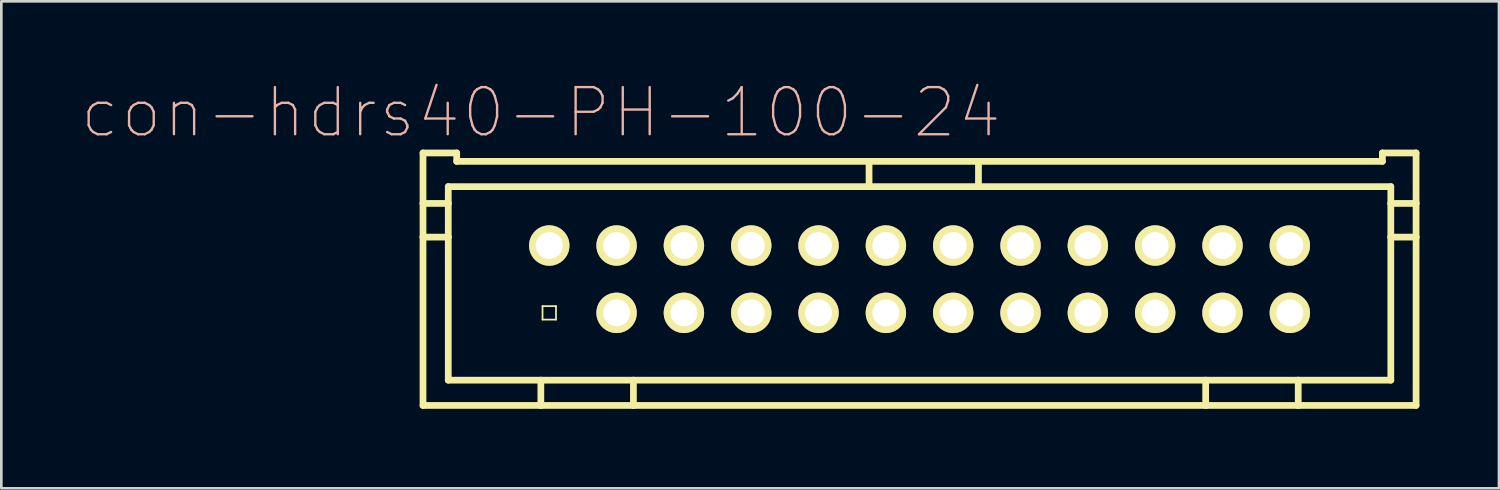
<source format=kicad_pcb>
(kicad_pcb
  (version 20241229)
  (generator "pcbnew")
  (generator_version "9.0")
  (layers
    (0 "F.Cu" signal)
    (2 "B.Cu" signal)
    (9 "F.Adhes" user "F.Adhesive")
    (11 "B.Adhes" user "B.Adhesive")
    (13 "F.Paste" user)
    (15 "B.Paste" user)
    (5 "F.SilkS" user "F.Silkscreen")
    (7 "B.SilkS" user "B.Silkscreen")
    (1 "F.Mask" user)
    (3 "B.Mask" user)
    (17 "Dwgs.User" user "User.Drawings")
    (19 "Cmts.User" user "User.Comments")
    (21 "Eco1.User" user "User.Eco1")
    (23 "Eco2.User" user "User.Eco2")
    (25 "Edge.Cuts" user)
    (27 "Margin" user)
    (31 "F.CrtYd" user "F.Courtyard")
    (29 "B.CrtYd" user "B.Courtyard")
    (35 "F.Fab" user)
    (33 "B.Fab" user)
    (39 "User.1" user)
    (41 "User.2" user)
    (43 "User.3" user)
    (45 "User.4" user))
  (footprint "con-hdrs40-PH-100-24"
    (layer "F.Cu")
    (at 31.642 7.483)
    (property "Reference" "con-hdrs40-PH-100-24" (at -14.287 -6.287 0) (layer "B.SilkS") (effects (font (size 1.778 1.778) (thickness 0.089))))
    (attr exclude_from_pos_files exclude_from_bom)
    (fp_line (start -18.733 -4.763) (end -18.733 -2.857) (stroke (width 0.254) (type solid)) (layer "F.SilkS"))
    (fp_line (start -18.733 -2.857) (end -18.733 -1.587) (stroke (width 0.254) (type solid)) (layer "F.SilkS"))
    (fp_line (start -18.733 -2.857) (end -17.78 -2.857) (stroke (width 0.254) (type solid)) (layer "F.SilkS"))
    (fp_line (start -18.733 -1.587) (end -18.733 4.763) (stroke (width 0.254) (type solid)) (layer "F.SilkS"))
    (fp_line (start -18.733 4.763) (end -14.287 4.763) (stroke (width 0.254) (type solid)) (layer "F.SilkS"))
    (fp_line (start -17.78 -3.493) (end -1.905 -3.493) (stroke (width 0.254) (type solid)) (layer "F.SilkS"))
    (fp_line (start -17.78 -2.857) (end -17.78 -3.493) (stroke (width 0.254) (type solid)) (layer "F.SilkS"))
    (fp_line (start -17.78 -1.587) (end -18.733 -1.587) (stroke (width 0.254) (type solid)) (layer "F.SilkS"))
    (fp_line (start -17.78 -1.587) (end -17.78 -2.857) (stroke (width 0.254) (type solid)) (layer "F.SilkS"))
    (fp_line (start -17.78 3.81) (end -17.78 -1.587) (stroke (width 0.254) (type solid)) (layer "F.SilkS"))
    (fp_line (start -17.462 -4.763) (end -18.733 -4.763) (stroke (width 0.254) (type solid)) (layer "F.SilkS"))
    (fp_line (start -17.462 -4.445) (end -17.462 -4.763) (stroke (width 0.254) (type solid)) (layer "F.SilkS"))
    (fp_line (start -14.287 3.81) (end -17.78 3.81) (stroke (width 0.254) (type solid)) (layer "F.SilkS"))
    (fp_line (start -14.287 3.81) (end -14.287 4.763) (stroke (width 0.254) (type solid)) (layer "F.SilkS"))
    (fp_line (start -14.287 4.763) (end -10.795 4.763) (stroke (width 0.254) (type solid)) (layer "F.SilkS"))
    (fp_line (start -14.224 -1.524) (end -13.716 -1.524) (stroke (width 0.066) (type solid)) (layer "F.SilkS"))
    (fp_line (start -14.224 -1.016) (end -14.224 -1.524) (stroke (width 0.066) (type solid)) (layer "F.SilkS"))
    (fp_line (start -14.224 -1.016) (end -13.716 -1.016) (stroke (width 0.066) (type solid)) (layer "F.SilkS"))
    (fp_line (start -14.224 1.016) (end -13.716 1.016) (stroke (width 0.066) (type solid)) (layer "F.SilkS"))
    (fp_line (start -14.224 1.524) (end -14.224 1.016) (stroke (width 0.066) (type solid)) (layer "F.SilkS"))
    (fp_line (start -14.224 1.524) (end -13.716 1.524) (stroke (width 0.066) (type solid)) (layer "F.SilkS"))
    (fp_line (start -13.716 -1.016) (end -13.716 -1.524) (stroke (width 0.066) (type solid)) (layer "F.SilkS"))
    (fp_line (start -13.716 1.524) (end -13.716 1.016) (stroke (width 0.066) (type solid)) (layer "F.SilkS"))
    (fp_line (start -11.684 -1.524) (end -11.176 -1.524) (stroke (width 0.066) (type solid)) (layer "F.SilkS"))
    (fp_line (start -11.684 -1.016) (end -11.684 -1.524) (stroke (width 0.066) (type solid)) (layer "F.SilkS"))
    (fp_line (start -11.684 -1.016) (end -11.176 -1.016) (stroke (width 0.066) (type solid)) (layer "F.SilkS"))
    (fp_line (start -11.684 1.016) (end -11.176 1.016) (stroke (width 0.066) (type solid)) (layer "F.SilkS"))
    (fp_line (start -11.684 1.524) (end -11.684 1.016) (stroke (width 0.066) (type solid)) (layer "F.SilkS"))
    (fp_line (start -11.684 1.524) (end -11.176 1.524) (stroke (width 0.066) (type solid)) (layer "F.SilkS"))
    (fp_line (start -11.176 -1.016) (end -11.176 -1.524) (stroke (width 0.066) (type solid)) (layer "F.SilkS"))
    (fp_line (start -11.176 1.524) (end -11.176 1.016) (stroke (width 0.066) (type solid)) (layer "F.SilkS"))
    (fp_line (start -10.795 3.81) (end -14.287 3.81) (stroke (width 0.254) (type solid)) (layer "F.SilkS"))
    (fp_line (start -10.795 3.81) (end -10.795 4.763) (stroke (width 0.254) (type solid)) (layer "F.SilkS"))
    (fp_line (start -10.795 3.81) (end 10.795 3.81) (stroke (width 0.254) (type solid)) (layer "F.SilkS"))
    (fp_line (start -10.795 4.763) (end 10.795 4.763) (stroke (width 0.254) (type solid)) (layer "F.SilkS"))
    (fp_line (start -9.144 -1.524) (end -8.636 -1.524) (stroke (width 0.066) (type solid)) (layer "F.SilkS"))
    (fp_line (start -9.144 -1.016) (end -9.144 -1.524) (stroke (width 0.066) (type solid)) (layer "F.SilkS"))
    (fp_line (start -9.144 -1.016) (end -8.636 -1.016) (stroke (width 0.066) (type solid)) (layer "F.SilkS"))
    (fp_line (start -9.144 1.016) (end -8.636 1.016) (stroke (width 0.066) (type solid)) (layer "F.SilkS"))
    (fp_line (start -9.144 1.524) (end -9.144 1.016) (stroke (width 0.066) (type solid)) (layer "F.SilkS"))
    (fp_line (start -9.144 1.524) (end -8.636 1.524) (stroke (width 0.066) (type solid)) (layer "F.SilkS"))
    (fp_line (start -8.636 -1.016) (end -8.636 -1.524) (stroke (width 0.066) (type solid)) (layer "F.SilkS"))
    (fp_line (start -8.636 1.524) (end -8.636 1.016) (stroke (width 0.066) (type solid)) (layer "F.SilkS"))
    (fp_line (start -6.604 -1.524) (end -6.096 -1.524) (stroke (width 0.066) (type solid)) (layer "F.SilkS"))
    (fp_line (start -6.604 -1.016) (end -6.604 -1.524) (stroke (width 0.066) (type solid)) (layer "F.SilkS"))
    (fp_line (start -6.604 -1.016) (end -6.096 -1.016) (stroke (width 0.066) (type solid)) (layer "F.SilkS"))
    (fp_line (start -6.604 1.016) (end -6.096 1.016) (stroke (width 0.066) (type solid)) (layer "F.SilkS"))
    (fp_line (start -6.604 1.524) (end -6.604 1.016) (stroke (width 0.066) (type solid)) (layer "F.SilkS"))
    (fp_line (start -6.604 1.524) (end -6.096 1.524) (stroke (width 0.066) (type solid)) (layer "F.SilkS"))
    (fp_line (start -6.096 -1.016) (end -6.096 -1.524) (stroke (width 0.066) (type solid)) (layer "F.SilkS"))
    (fp_line (start -6.096 1.524) (end -6.096 1.016) (stroke (width 0.066) (type solid)) (layer "F.SilkS"))
    (fp_line (start -4.064 -1.524) (end -3.556 -1.524) (stroke (width 0.066) (type solid)) (layer "F.SilkS"))
    (fp_line (start -4.064 -1.016) (end -4.064 -1.524) (stroke (width 0.066) (type solid)) (layer "F.SilkS"))
    (fp_line (start -4.064 -1.016) (end -3.556 -1.016) (stroke (width 0.066) (type solid)) (layer "F.SilkS"))
    (fp_line (start -4.064 1.016) (end -3.556 1.016) (stroke (width 0.066) (type solid)) (layer "F.SilkS"))
    (fp_line (start -4.064 1.524) (end -4.064 1.016) (stroke (width 0.066) (type solid)) (layer "F.SilkS"))
    (fp_line (start -4.064 1.524) (end -3.556 1.524) (stroke (width 0.066) (type solid)) (layer "F.SilkS"))
    (fp_line (start -3.556 -1.016) (end -3.556 -1.524) (stroke (width 0.066) (type solid)) (layer "F.SilkS"))
    (fp_line (start -3.556 1.524) (end -3.556 1.016) (stroke (width 0.066) (type solid)) (layer "F.SilkS"))
    (fp_line (start -1.905 -4.445) (end -17.462 -4.445) (stroke (width 0.254) (type solid)) (layer "F.SilkS"))
    (fp_line (start -1.905 -4.445) (end -1.905 -3.493) (stroke (width 0.254) (type solid)) (layer "F.SilkS"))
    (fp_line (start -1.905 -3.493) (end 2.223 -3.493) (stroke (width 0.254) (type solid)) (layer "F.SilkS"))
    (fp_line (start -1.524 -1.524) (end -1.016 -1.524) (stroke (width 0.066) (type solid)) (layer "F.SilkS"))
    (fp_line (start -1.524 -1.016) (end -1.524 -1.524) (stroke (width 0.066) (type solid)) (layer "F.SilkS"))
    (fp_line (start -1.524 -1.016) (end -1.016 -1.016) (stroke (width 0.066) (type solid)) (layer "F.SilkS"))
    (fp_line (start -1.524 1.016) (end -1.016 1.016) (stroke (width 0.066) (type solid)) (layer "F.SilkS"))
    (fp_line (start -1.524 1.524) (end -1.524 1.016) (stroke (width 0.066) (type solid)) (layer "F.SilkS"))
    (fp_line (start -1.524 1.524) (end -1.016 1.524) (stroke (width 0.066) (type solid)) (layer "F.SilkS"))
    (fp_line (start -1.016 -1.016) (end -1.016 -1.524) (stroke (width 0.066) (type solid)) (layer "F.SilkS"))
    (fp_line (start -1.016 1.524) (end -1.016 1.016) (stroke (width 0.066) (type solid)) (layer "F.SilkS"))
    (fp_line (start 1.016 -1.524) (end 1.524 -1.524) (stroke (width 0.066) (type solid)) (layer "F.SilkS"))
    (fp_line (start 1.016 -1.016) (end 1.016 -1.524) (stroke (width 0.066) (type solid)) (layer "F.SilkS"))
    (fp_line (start 1.016 -1.016) (end 1.524 -1.016) (stroke (width 0.066) (type solid)) (layer "F.SilkS"))
    (fp_line (start 1.016 1.016) (end 1.524 1.016) (stroke (width 0.066) (type solid)) (layer "F.SilkS"))
    (fp_line (start 1.016 1.524) (end 1.016 1.016) (stroke (width 0.066) (type solid)) (layer "F.SilkS"))
    (fp_line (start 1.016 1.524) (end 1.524 1.524) (stroke (width 0.066) (type solid)) (layer "F.SilkS"))
    (fp_line (start 1.524 -1.016) (end 1.524 -1.524) (stroke (width 0.066) (type solid)) (layer "F.SilkS"))
    (fp_line (start 1.524 1.524) (end 1.524 1.016) (stroke (width 0.066) (type solid)) (layer "F.SilkS"))
    (fp_line (start 2.223 -4.445) (end -1.905 -4.445) (stroke (width 0.254) (type solid)) (layer "F.SilkS"))
    (fp_line (start 2.223 -4.445) (end 2.223 -3.493) (stroke (width 0.254) (type solid)) (layer "F.SilkS"))
    (fp_line (start 2.223 -3.493) (end 17.78 -3.493) (stroke (width 0.254) (type solid)) (layer "F.SilkS"))
    (fp_line (start 3.556 -1.524) (end 4.064 -1.524) (stroke (width 0.066) (type solid)) (layer "F.SilkS"))
    (fp_line (start 3.556 -1.016) (end 3.556 -1.524) (stroke (width 0.066) (type solid)) (layer "F.SilkS"))
    (fp_line (start 3.556 -1.016) (end 4.064 -1.016) (stroke (width 0.066) (type solid)) (layer "F.SilkS"))
    (fp_line (start 3.556 1.016) (end 4.064 1.016) (stroke (width 0.066) (type solid)) (layer "F.SilkS"))
    (fp_line (start 3.556 1.524) (end 3.556 1.016) (stroke (width 0.066) (type solid)) (layer "F.SilkS"))
    (fp_line (start 3.556 1.524) (end 4.064 1.524) (stroke (width 0.066) (type solid)) (layer "F.SilkS"))
    (fp_line (start 4.064 -1.016) (end 4.064 -1.524) (stroke (width 0.066) (type solid)) (layer "F.SilkS"))
    (fp_line (start 4.064 1.524) (end 4.064 1.016) (stroke (width 0.066) (type solid)) (layer "F.SilkS"))
    (fp_line (start 6.096 -1.524) (end 6.604 -1.524) (stroke (width 0.066) (type solid)) (layer "F.SilkS"))
    (fp_line (start 6.096 -1.016) (end 6.096 -1.524) (stroke (width 0.066) (type solid)) (layer "F.SilkS"))
    (fp_line (start 6.096 -1.016) (end 6.604 -1.016) (stroke (width 0.066) (type solid)) (layer "F.SilkS"))
    (fp_line (start 6.096 1.016) (end 6.604 1.016) (stroke (width 0.066) (type solid)) (layer "F.SilkS"))
    (fp_line (start 6.096 1.524) (end 6.096 1.016) (stroke (width 0.066) (type solid)) (layer "F.SilkS"))
    (fp_line (start 6.096 1.524) (end 6.604 1.524) (stroke (width 0.066) (type solid)) (layer "F.SilkS"))
    (fp_line (start 6.604 -1.016) (end 6.604 -1.524) (stroke (width 0.066) (type solid)) (layer "F.SilkS"))
    (fp_line (start 6.604 1.524) (end 6.604 1.016) (stroke (width 0.066) (type solid)) (layer "F.SilkS"))
    (fp_line (start 8.636 -1.524) (end 9.144 -1.524) (stroke (width 0.066) (type solid)) (layer "F.SilkS"))
    (fp_line (start 8.636 -1.016) (end 8.636 -1.524) (stroke (width 0.066) (type solid)) (layer "F.SilkS"))
    (fp_line (start 8.636 -1.016) (end 9.144 -1.016) (stroke (width 0.066) (type solid)) (layer "F.SilkS"))
    (fp_line (start 8.636 1.016) (end 9.144 1.016) (stroke (width 0.066) (type solid)) (layer "F.SilkS"))
    (fp_line (start 8.636 1.524) (end 8.636 1.016) (stroke (width 0.066) (type solid)) (layer "F.SilkS"))
    (fp_line (start 8.636 1.524) (end 9.144 1.524) (stroke (width 0.066) (type solid)) (layer "F.SilkS"))
    (fp_line (start 9.144 -1.016) (end 9.144 -1.524) (stroke (width 0.066) (type solid)) (layer "F.SilkS"))
    (fp_line (start 9.144 1.524) (end 9.144 1.016) (stroke (width 0.066) (type solid)) (layer "F.SilkS"))
    (fp_line (start 10.795 3.81) (end 10.795 4.763) (stroke (width 0.254) (type solid)) (layer "F.SilkS"))
    (fp_line (start 10.795 3.81) (end 14.287 3.81) (stroke (width 0.254) (type solid)) (layer "F.SilkS"))
    (fp_line (start 10.795 4.763) (end 14.287 4.763) (stroke (width 0.254) (type solid)) (layer "F.SilkS"))
    (fp_line (start 11.176 -1.524) (end 11.684 -1.524) (stroke (width 0.066) (type solid)) (layer "F.SilkS"))
    (fp_line (start 11.176 -1.016) (end 11.176 -1.524) (stroke (width 0.066) (type solid)) (layer "F.SilkS"))
    (fp_line (start 11.176 -1.016) (end 11.684 -1.016) (stroke (width 0.066) (type solid)) (layer "F.SilkS"))
    (fp_line (start 11.176 1.016) (end 11.684 1.016) (stroke (width 0.066) (type solid)) (layer "F.SilkS"))
    (fp_line (start 11.176 1.524) (end 11.176 1.016) (stroke (width 0.066) (type solid)) (layer "F.SilkS"))
    (fp_line (start 11.176 1.524) (end 11.684 1.524) (stroke (width 0.066) (type solid)) (layer "F.SilkS"))
    (fp_line (start 11.684 -1.016) (end 11.684 -1.524) (stroke (width 0.066) (type solid)) (layer "F.SilkS"))
    (fp_line (start 11.684 1.524) (end 11.684 1.016) (stroke (width 0.066) (type solid)) (layer "F.SilkS"))
    (fp_line (start 13.716 -1.524) (end 14.224 -1.524) (stroke (width 0.066) (type solid)) (layer "F.SilkS"))
    (fp_line (start 13.716 -1.016) (end 13.716 -1.524) (stroke (width 0.066) (type solid)) (layer "F.SilkS"))
    (fp_line (start 13.716 -1.016) (end 14.224 -1.016) (stroke (width 0.066) (type solid)) (layer "F.SilkS"))
    (fp_line (start 13.716 1.016) (end 14.224 1.016) (stroke (width 0.066) (type solid)) (layer "F.SilkS"))
    (fp_line (start 13.716 1.524) (end 13.716 1.016) (stroke (width 0.066) (type solid)) (layer "F.SilkS"))
    (fp_line (start 13.716 1.524) (end 14.224 1.524) (stroke (width 0.066) (type solid)) (layer "F.SilkS"))
    (fp_line (start 14.224 -1.016) (end 14.224 -1.524) (stroke (width 0.066) (type solid)) (layer "F.SilkS"))
    (fp_line (start 14.224 1.524) (end 14.224 1.016) (stroke (width 0.066) (type solid)) (layer "F.SilkS"))
    (fp_line (start 14.287 3.81) (end 14.287 4.763) (stroke (width 0.254) (type solid)) (layer "F.SilkS"))
    (fp_line (start 14.287 3.81) (end 17.78 3.81) (stroke (width 0.254) (type solid)) (layer "F.SilkS"))
    (fp_line (start 14.287 4.763) (end 18.733 4.763) (stroke (width 0.254) (type solid)) (layer "F.SilkS"))
    (fp_line (start 17.462 -4.763) (end 17.462 -4.445) (stroke (width 0.254) (type solid)) (layer "F.SilkS"))
    (fp_line (start 17.462 -4.445) (end 2.223 -4.445) (stroke (width 0.254) (type solid)) (layer "F.SilkS"))
    (fp_line (start 17.78 -3.493) (end 17.78 -2.857) (stroke (width 0.254) (type solid)) (layer "F.SilkS"))
    (fp_line (start 17.78 -2.857) (end 17.78 -1.587) (stroke (width 0.254) (type solid)) (layer "F.SilkS"))
    (fp_line (start 17.78 -2.857) (end 18.733 -2.857) (stroke (width 0.254) (type solid)) (layer "F.SilkS"))
    (fp_line (start 17.78 -1.587) (end 17.78 3.81) (stroke (width 0.254) (type solid)) (layer "F.SilkS"))
    (fp_line (start 17.78 -1.587) (end 18.733 -1.587) (stroke (width 0.254) (type solid)) (layer "F.SilkS"))
    (fp_line (start 18.733 -4.763) (end 17.462 -4.763) (stroke (width 0.254) (type solid)) (layer "F.SilkS"))
    (fp_line (start 18.733 -2.857) (end 18.733 -4.763) (stroke (width 0.254) (type solid)) (layer "F.SilkS"))
    (fp_line (start 18.733 -1.587) (end 18.733 -2.857) (stroke (width 0.254) (type solid)) (layer "F.SilkS"))
    (fp_line (start 18.733 4.763) (end 18.733 -1.587) (stroke (width 0.254) (type solid)) (layer "F.SilkS"))
    (pad "1" thru_hole rect (at -13.97 1.27) (size 0.001 0.001) (drill 1.016) (layers "*.Cu" "F.Mask" "F.SilkS" "F.Paste"))
    (pad "2" thru_hole circle (at -13.97 -1.27) (size 1.524 1.524) (drill 1.016) (layers "*.Cu" "F.Mask" "F.SilkS" "F.Paste"))
    (pad "3" thru_hole circle (at -11.43 1.27) (size 1.524 1.524) (drill 1.016) (layers "*.Cu" "F.Mask" "F.SilkS" "F.Paste"))
    (pad "4" thru_hole circle (at -11.43 -1.27) (size 1.524 1.524) (drill 1.016) (layers "*.Cu" "F.Mask" "F.SilkS" "F.Paste"))
    (pad "5" thru_hole circle (at -8.89 1.27) (size 1.524 1.524) (drill 1.016) (layers "*.Cu" "F.Mask" "F.SilkS" "F.Paste"))
    (pad "6" thru_hole circle (at -8.89 -1.27) (size 1.524 1.524) (drill 1.016) (layers "*.Cu" "F.Mask" "F.SilkS" "F.Paste"))
    (pad "7" thru_hole circle (at -6.35 1.27) (size 1.524 1.524) (drill 1.016) (layers "*.Cu" "F.Mask" "F.SilkS" "F.Paste"))
    (pad "8" thru_hole circle (at -6.35 -1.27) (size 1.524 1.524) (drill 1.016) (layers "*.Cu" "F.Mask" "F.SilkS" "F.Paste"))
    (pad "9" thru_hole circle (at -3.81 1.27) (size 1.524 1.524) (drill 1.016) (layers "*.Cu" "F.Mask" "F.SilkS" "F.Paste"))
    (pad "10" thru_hole circle (at -3.81 -1.27) (size 1.524 1.524) (drill 1.016) (layers "*.Cu" "F.Mask" "F.SilkS" "F.Paste"))
    (pad "11" thru_hole circle (at -1.27 1.27) (size 1.524 1.524) (drill 1.016) (layers "*.Cu" "F.Mask" "F.SilkS" "F.Paste"))
    (pad "12" thru_hole circle (at -1.27 -1.27) (size 1.524 1.524) (drill 1.016) (layers "*.Cu" "F.Mask" "F.SilkS" "F.Paste"))
    (pad "13" thru_hole circle (at 1.27 1.27) (size 1.524 1.524) (drill 1.016) (layers "*.Cu" "F.Mask" "F.SilkS" "F.Paste"))
    (pad "14" thru_hole circle (at 1.27 -1.27) (size 1.524 1.524) (drill 1.016) (layers "*.Cu" "F.Mask" "F.SilkS" "F.Paste"))
    (pad "15" thru_hole circle (at 3.81 1.27) (size 1.524 1.524) (drill 1.016) (layers "*.Cu" "F.Mask" "F.SilkS" "F.Paste"))
    (pad "16" thru_hole circle (at 3.81 -1.27) (size 1.524 1.524) (drill 1.016) (layers "*.Cu" "F.Mask" "F.SilkS" "F.Paste"))
    (pad "17" thru_hole circle (at 6.35 1.27) (size 1.524 1.524) (drill 1.016) (layers "*.Cu" "F.Mask" "F.SilkS" "F.Paste"))
    (pad "18" thru_hole circle (at 6.35 -1.27) (size 1.524 1.524) (drill 1.016) (layers "*.Cu" "F.Mask" "F.SilkS" "F.Paste"))
    (pad "19" thru_hole circle (at 8.89 1.27) (size 1.524 1.524) (drill 1.016) (layers "*.Cu" "F.Mask" "F.SilkS" "F.Paste"))
    (pad "20" thru_hole circle (at 8.89 -1.27) (size 1.524 1.524) (drill 1.016) (layers "*.Cu" "F.Mask" "F.SilkS" "F.Paste"))
    (pad "21" thru_hole circle (at 11.43 1.27) (size 1.524 1.524) (drill 1.016) (layers "*.Cu" "F.Mask" "F.SilkS" "F.Paste"))
    (pad "22" thru_hole circle (at 11.43 -1.27) (size 1.524 1.524) (drill 1.016) (layers "*.Cu" "F.Mask" "F.SilkS" "F.Paste"))
    (pad "23" thru_hole circle (at 13.97 1.27) (size 1.524 1.524) (drill 1.016) (layers "*.Cu" "F.Mask" "F.SilkS" "F.Paste"))
    (pad "24" thru_hole circle (at 13.97 -1.27) (size 1.524 1.524) (drill 1.016) (layers "*.Cu" "F.Mask" "F.SilkS" "F.Paste")))
  (gr_rect
    (start -3 -3)
    (end 53.502 15.372)
    (stroke (width 0.1) (type default))
    (fill no)
    (layer "Edge.Cuts")))
</source>
